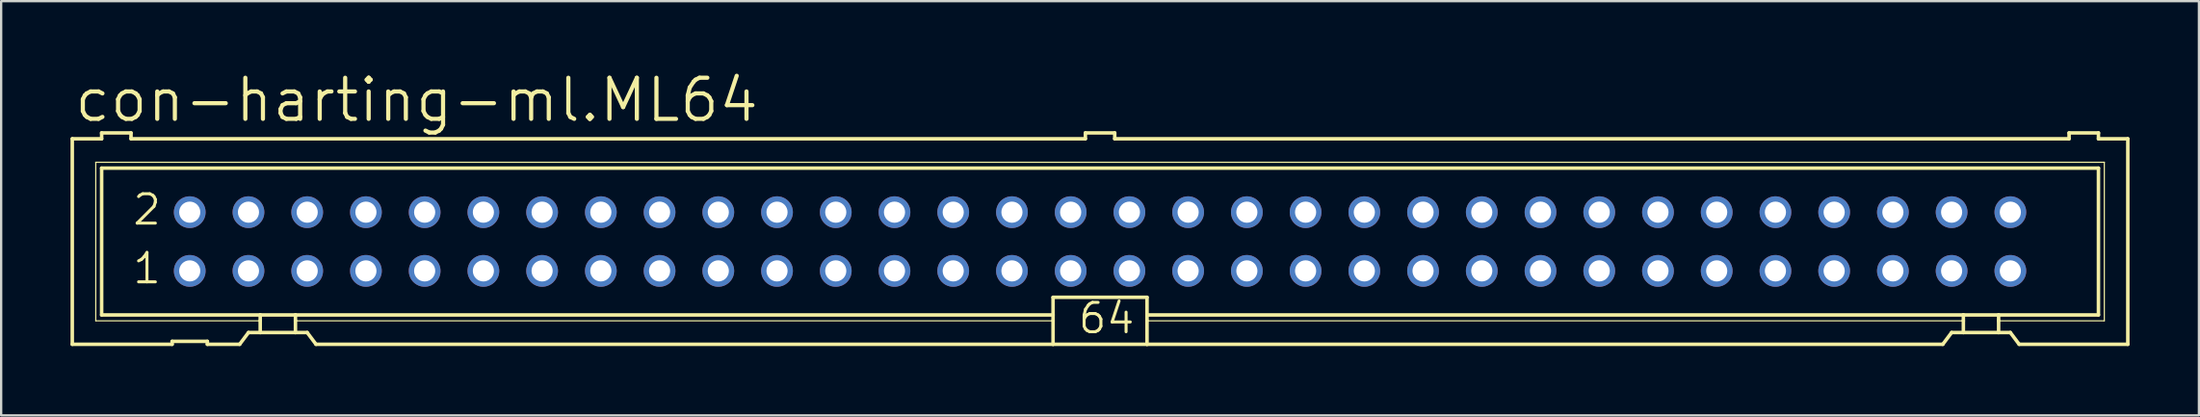
<source format=kicad_pcb>
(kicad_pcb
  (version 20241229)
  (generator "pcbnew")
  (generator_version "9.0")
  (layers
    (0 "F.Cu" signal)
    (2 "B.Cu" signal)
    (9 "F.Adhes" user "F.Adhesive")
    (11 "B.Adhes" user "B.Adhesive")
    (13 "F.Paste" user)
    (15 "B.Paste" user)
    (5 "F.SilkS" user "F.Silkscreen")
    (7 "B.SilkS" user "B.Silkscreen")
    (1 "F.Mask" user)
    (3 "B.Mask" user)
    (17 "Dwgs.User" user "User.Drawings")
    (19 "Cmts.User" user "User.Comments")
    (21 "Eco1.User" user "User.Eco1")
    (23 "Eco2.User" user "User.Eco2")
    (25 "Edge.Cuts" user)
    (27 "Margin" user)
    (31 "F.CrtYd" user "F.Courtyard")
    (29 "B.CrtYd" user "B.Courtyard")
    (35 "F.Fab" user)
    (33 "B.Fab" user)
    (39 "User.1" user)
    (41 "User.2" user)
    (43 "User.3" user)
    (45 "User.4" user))
  (footprint "con-harting-ml.ML64"
    (layer "F.Cu")
    (at 44.526 7.398)
    (property "Reference" "con-harting-ml.ML64" (at -44.45 -5.08 0) (layer "F.SilkS") (effects (font (size 1.778 1.778) (thickness 0.18)) (justify left bottom)))
    (attr through_hole)
    (fp_line (start -44.45 -4.445) (end -44.45 4.445) (stroke (width 0.152) (type default)) (layer "F.SilkS"))
    (fp_line (start -44.45 -4.445) (end -43.18 -4.445) (stroke (width 0.152) (type default)) (layer "F.SilkS"))
    (fp_line (start -44.45 4.445) (end -40.132 4.445) (stroke (width 0.152) (type default)) (layer "F.SilkS"))
    (fp_line (start -43.434 -3.429) (end -43.434 3.429) (stroke (width 0.051) (type default)) (layer "F.SilkS"))
    (fp_line (start -43.434 3.429) (end -36.322 3.429) (stroke (width 0.051) (type default)) (layer "F.SilkS"))
    (fp_line (start -43.18 -4.699) (end -43.18 -4.445) (stroke (width 0.152) (type default)) (layer "F.SilkS"))
    (fp_line (start -43.18 -3.175) (end -43.18 3.175) (stroke (width 0.152) (type default)) (layer "F.SilkS"))
    (fp_line (start -43.18 -3.175) (end 43.18 -3.175) (stroke (width 0.152) (type default)) (layer "F.SilkS"))
    (fp_line (start -41.91 -4.699) (end -43.18 -4.699) (stroke (width 0.152) (type default)) (layer "F.SilkS"))
    (fp_line (start -41.91 -4.699) (end -41.91 -4.445) (stroke (width 0.152) (type default)) (layer "F.SilkS"))
    (fp_line (start -41.91 -4.445) (end -0.635 -4.445) (stroke (width 0.152) (type default)) (layer "F.SilkS"))
    (fp_line (start -40.132 4.318) (end -40.132 4.445) (stroke (width 0.152) (type default)) (layer "F.SilkS"))
    (fp_line (start -40.132 4.318) (end -38.608 4.318) (stroke (width 0.152) (type default)) (layer "F.SilkS"))
    (fp_line (start -38.608 4.445) (end -38.608 4.318) (stroke (width 0.152) (type default)) (layer "F.SilkS"))
    (fp_line (start -38.608 4.445) (end -37.211 4.445) (stroke (width 0.152) (type default)) (layer "F.SilkS"))
    (fp_line (start -37.211 4.445) (end -36.83 3.937) (stroke (width 0.152) (type default)) (layer "F.SilkS"))
    (fp_line (start -36.322 3.175) (end -43.18 3.175) (stroke (width 0.152) (type default)) (layer "F.SilkS"))
    (fp_line (start -36.322 3.175) (end -36.322 3.429) (stroke (width 0.152) (type default)) (layer "F.SilkS"))
    (fp_line (start -36.322 3.429) (end -36.322 3.937) (stroke (width 0.152) (type default)) (layer "F.SilkS"))
    (fp_line (start -36.322 3.937) (end -36.83 3.937) (stroke (width 0.152) (type default)) (layer "F.SilkS"))
    (fp_line (start -34.798 3.175) (end -36.322 3.175) (stroke (width 0.152) (type default)) (layer "F.SilkS"))
    (fp_line (start -34.798 3.175) (end -34.798 3.429) (stroke (width 0.152) (type default)) (layer "F.SilkS"))
    (fp_line (start -34.798 3.429) (end -34.798 3.937) (stroke (width 0.152) (type default)) (layer "F.SilkS"))
    (fp_line (start -34.798 3.429) (end -2.032 3.429) (stroke (width 0.051) (type default)) (layer "F.SilkS"))
    (fp_line (start -34.798 3.937) (end -36.322 3.937) (stroke (width 0.152) (type default)) (layer "F.SilkS"))
    (fp_line (start -34.29 3.937) (end -34.798 3.937) (stroke (width 0.152) (type default)) (layer "F.SilkS"))
    (fp_line (start -34.29 3.937) (end -33.909 4.445) (stroke (width 0.152) (type default)) (layer "F.SilkS"))
    (fp_line (start -33.909 4.445) (end -2.032 4.445) (stroke (width 0.152) (type default)) (layer "F.SilkS"))
    (fp_line (start -2.032 3.175) (end -34.798 3.175) (stroke (width 0.152) (type default)) (layer "F.SilkS"))
    (fp_line (start -2.032 3.175) (end -2.032 2.413) (stroke (width 0.152) (type default)) (layer "F.SilkS"))
    (fp_line (start -2.032 3.175) (end -2.032 3.429) (stroke (width 0.152) (type default)) (layer "F.SilkS"))
    (fp_line (start -2.032 3.429) (end -2.032 4.445) (stroke (width 0.152) (type default)) (layer "F.SilkS"))
    (fp_line (start -0.635 -4.699) (end -0.635 -4.445) (stroke (width 0.152) (type default)) (layer "F.SilkS"))
    (fp_line (start 0.635 -4.699) (end -0.635 -4.699) (stroke (width 0.152) (type default)) (layer "F.SilkS"))
    (fp_line (start 0.635 -4.699) (end 0.635 -4.445) (stroke (width 0.152) (type default)) (layer "F.SilkS"))
    (fp_line (start 0.635 -4.445) (end 41.91 -4.445) (stroke (width 0.152) (type default)) (layer "F.SilkS"))
    (fp_line (start 2.032 2.413) (end -2.032 2.413) (stroke (width 0.152) (type default)) (layer "F.SilkS"))
    (fp_line (start 2.032 2.413) (end 2.032 3.175) (stroke (width 0.152) (type default)) (layer "F.SilkS"))
    (fp_line (start 2.032 3.175) (end 2.032 3.429) (stroke (width 0.152) (type default)) (layer "F.SilkS"))
    (fp_line (start 2.032 3.429) (end 2.032 4.445) (stroke (width 0.152) (type default)) (layer "F.SilkS"))
    (fp_line (start 2.032 4.445) (end -2.032 4.445) (stroke (width 0.152) (type default)) (layer "F.SilkS"))
    (fp_line (start 36.449 4.445) (end 2.032 4.445) (stroke (width 0.152) (type default)) (layer "F.SilkS"))
    (fp_line (start 36.449 4.445) (end 36.83 3.937) (stroke (width 0.152) (type default)) (layer "F.SilkS"))
    (fp_line (start 37.338 3.175) (end 2.032 3.175) (stroke (width 0.152) (type default)) (layer "F.SilkS"))
    (fp_line (start 37.338 3.175) (end 37.338 3.429) (stroke (width 0.152) (type default)) (layer "F.SilkS"))
    (fp_line (start 37.338 3.429) (end 2.032 3.429) (stroke (width 0.051) (type default)) (layer "F.SilkS"))
    (fp_line (start 37.338 3.429) (end 37.338 3.937) (stroke (width 0.152) (type default)) (layer "F.SilkS"))
    (fp_line (start 37.338 3.937) (end 36.83 3.937) (stroke (width 0.152) (type default)) (layer "F.SilkS"))
    (fp_line (start 38.862 3.175) (end 37.338 3.175) (stroke (width 0.152) (type default)) (layer "F.SilkS"))
    (fp_line (start 38.862 3.175) (end 38.862 3.429) (stroke (width 0.152) (type default)) (layer "F.SilkS"))
    (fp_line (start 38.862 3.429) (end 38.862 3.937) (stroke (width 0.152) (type default)) (layer "F.SilkS"))
    (fp_line (start 38.862 3.429) (end 43.434 3.429) (stroke (width 0.051) (type default)) (layer "F.SilkS"))
    (fp_line (start 38.862 3.937) (end 37.338 3.937) (stroke (width 0.152) (type default)) (layer "F.SilkS"))
    (fp_line (start 39.37 3.937) (end 38.862 3.937) (stroke (width 0.152) (type default)) (layer "F.SilkS"))
    (fp_line (start 39.37 3.937) (end 39.751 4.445) (stroke (width 0.152) (type default)) (layer "F.SilkS"))
    (fp_line (start 41.91 -4.445) (end 41.91 -4.699) (stroke (width 0.152) (type default)) (layer "F.SilkS"))
    (fp_line (start 43.18 -4.699) (end 41.91 -4.699) (stroke (width 0.152) (type default)) (layer "F.SilkS"))
    (fp_line (start 43.18 -4.445) (end 43.18 -4.699) (stroke (width 0.152) (type default)) (layer "F.SilkS"))
    (fp_line (start 43.18 -4.445) (end 44.45 -4.445) (stroke (width 0.152) (type default)) (layer "F.SilkS"))
    (fp_line (start 43.18 3.175) (end 38.862 3.175) (stroke (width 0.152) (type default)) (layer "F.SilkS"))
    (fp_line (start 43.18 3.175) (end 43.18 -3.175) (stroke (width 0.152) (type default)) (layer "F.SilkS"))
    (fp_line (start 43.434 -3.429) (end -43.434 -3.429) (stroke (width 0.051) (type default)) (layer "F.SilkS"))
    (fp_line (start 43.434 3.429) (end 43.434 -3.429) (stroke (width 0.051) (type default)) (layer "F.SilkS"))
    (fp_line (start 44.45 4.445) (end 39.751 4.445) (stroke (width 0.152) (type default)) (layer "F.SilkS"))
    (fp_line (start 44.45 4.445) (end 44.45 -4.445) (stroke (width 0.152) (type default)) (layer "F.SilkS"))
    (fp_rect (start -39.624 -1.016) (end -39.116 -1.524) (stroke (width 0.05) (type default)) (fill no) (layer "F.Fab"))
    (fp_rect (start -39.624 1.524) (end -39.116 1.016) (stroke (width 0.05) (type default)) (fill no) (layer "F.Fab"))
    (fp_rect (start -37.084 -1.016) (end -36.576 -1.524) (stroke (width 0.05) (type default)) (fill no) (layer "F.Fab"))
    (fp_rect (start -37.084 1.524) (end -36.576 1.016) (stroke (width 0.05) (type default)) (fill no) (layer "F.Fab"))
    (fp_rect (start -34.544 -1.016) (end -34.036 -1.524) (stroke (width 0.05) (type default)) (fill no) (layer "F.Fab"))
    (fp_rect (start -34.544 1.524) (end -34.036 1.016) (stroke (width 0.05) (type default)) (fill no) (layer "F.Fab"))
    (fp_rect (start -32.004 -1.016) (end -31.496 -1.524) (stroke (width 0.05) (type default)) (fill no) (layer "F.Fab"))
    (fp_rect (start -32.004 1.524) (end -31.496 1.016) (stroke (width 0.05) (type default)) (fill no) (layer "F.Fab"))
    (fp_rect (start -29.464 -1.016) (end -28.956 -1.524) (stroke (width 0.05) (type default)) (fill no) (layer "F.Fab"))
    (fp_rect (start -29.464 1.524) (end -28.956 1.016) (stroke (width 0.05) (type default)) (fill no) (layer "F.Fab"))
    (fp_rect (start -26.924 -1.016) (end -26.416 -1.524) (stroke (width 0.05) (type default)) (fill no) (layer "F.Fab"))
    (fp_rect (start -26.924 1.524) (end -26.416 1.016) (stroke (width 0.05) (type default)) (fill no) (layer "F.Fab"))
    (fp_rect (start -24.384 -1.016) (end -23.876 -1.524) (stroke (width 0.05) (type default)) (fill no) (layer "F.Fab"))
    (fp_rect (start -24.384 1.524) (end -23.876 1.016) (stroke (width 0.05) (type default)) (fill no) (layer "F.Fab"))
    (fp_rect (start -21.844 -1.016) (end -21.336 -1.524) (stroke (width 0.05) (type default)) (fill no) (layer "F.Fab"))
    (fp_rect (start -21.844 1.524) (end -21.336 1.016) (stroke (width 0.05) (type default)) (fill no) (layer "F.Fab"))
    (fp_rect (start -19.304 -1.016) (end -18.796 -1.524) (stroke (width 0.05) (type default)) (fill no) (layer "F.Fab"))
    (fp_rect (start -19.304 1.524) (end -18.796 1.016) (stroke (width 0.05) (type default)) (fill no) (layer "F.Fab"))
    (fp_rect (start -16.764 -1.016) (end -16.256 -1.524) (stroke (width 0.05) (type default)) (fill no) (layer "F.Fab"))
    (fp_rect (start -16.764 1.524) (end -16.256 1.016) (stroke (width 0.05) (type default)) (fill no) (layer "F.Fab"))
    (fp_rect (start -14.224 -1.016) (end -13.716 -1.524) (stroke (width 0.05) (type default)) (fill no) (layer "F.Fab"))
    (fp_rect (start -14.224 1.524) (end -13.716 1.016) (stroke (width 0.05) (type default)) (fill no) (layer "F.Fab"))
    (fp_rect (start -11.684 -1.016) (end -11.176 -1.524) (stroke (width 0.05) (type default)) (fill no) (layer "F.Fab"))
    (fp_rect (start -11.684 1.524) (end -11.176 1.016) (stroke (width 0.05) (type default)) (fill no) (layer "F.Fab"))
    (fp_rect (start -9.144 -1.016) (end -8.636 -1.524) (stroke (width 0.05) (type default)) (fill no) (layer "F.Fab"))
    (fp_rect (start -9.144 1.524) (end -8.636 1.016) (stroke (width 0.05) (type default)) (fill no) (layer "F.Fab"))
    (fp_rect (start -6.604 -1.016) (end -6.096 -1.524) (stroke (width 0.05) (type default)) (fill no) (layer "F.Fab"))
    (fp_rect (start -6.604 1.524) (end -6.096 1.016) (stroke (width 0.05) (type default)) (fill no) (layer "F.Fab"))
    (fp_rect (start -4.064 -1.016) (end -3.556 -1.524) (stroke (width 0.05) (type default)) (fill no) (layer "F.Fab"))
    (fp_rect (start -4.064 1.524) (end -3.556 1.016) (stroke (width 0.05) (type default)) (fill no) (layer "F.Fab"))
    (fp_rect (start -1.524 -1.016) (end -1.016 -1.524) (stroke (width 0.05) (type default)) (fill no) (layer "F.Fab"))
    (fp_rect (start -1.524 1.524) (end -1.016 1.016) (stroke (width 0.05) (type default)) (fill no) (layer "F.Fab"))
    (fp_rect (start 1.016 -1.016) (end 1.524 -1.524) (stroke (width 0.05) (type default)) (fill no) (layer "F.Fab"))
    (fp_rect (start 1.016 1.524) (end 1.524 1.016) (stroke (width 0.05) (type default)) (fill no) (layer "F.Fab"))
    (fp_rect (start 3.556 -1.016) (end 4.064 -1.524) (stroke (width 0.05) (type default)) (fill no) (layer "F.Fab"))
    (fp_rect (start 3.556 1.524) (end 4.064 1.016) (stroke (width 0.05) (type default)) (fill no) (layer "F.Fab"))
    (fp_rect (start 6.096 -1.016) (end 6.604 -1.524) (stroke (width 0.05) (type default)) (fill no) (layer "F.Fab"))
    (fp_rect (start 6.096 1.524) (end 6.604 1.016) (stroke (width 0.05) (type default)) (fill no) (layer "F.Fab"))
    (fp_rect (start 8.636 -1.016) (end 9.144 -1.524) (stroke (width 0.05) (type default)) (fill no) (layer "F.Fab"))
    (fp_rect (start 8.636 1.524) (end 9.144 1.016) (stroke (width 0.05) (type default)) (fill no) (layer "F.Fab"))
    (fp_rect (start 11.176 -1.016) (end 11.684 -1.524) (stroke (width 0.05) (type default)) (fill no) (layer "F.Fab"))
    (fp_rect (start 11.176 1.524) (end 11.684 1.016) (stroke (width 0.05) (type default)) (fill no) (layer "F.Fab"))
    (fp_rect (start 13.716 -1.016) (end 14.224 -1.524) (stroke (width 0.05) (type default)) (fill no) (layer "F.Fab"))
    (fp_rect (start 13.716 1.524) (end 14.224 1.016) (stroke (width 0.05) (type default)) (fill no) (layer "F.Fab"))
    (fp_rect (start 16.256 -1.016) (end 16.764 -1.524) (stroke (width 0.05) (type default)) (fill no) (layer "F.Fab"))
    (fp_rect (start 16.256 1.524) (end 16.764 1.016) (stroke (width 0.05) (type default)) (fill no) (layer "F.Fab"))
    (fp_rect (start 18.796 -1.016) (end 19.304 -1.524) (stroke (width 0.05) (type default)) (fill no) (layer "F.Fab"))
    (fp_rect (start 18.796 1.524) (end 19.304 1.016) (stroke (width 0.05) (type default)) (fill no) (layer "F.Fab"))
    (fp_rect (start 21.336 -1.016) (end 21.844 -1.524) (stroke (width 0.05) (type default)) (fill no) (layer "F.Fab"))
    (fp_rect (start 21.336 1.524) (end 21.844 1.016) (stroke (width 0.05) (type default)) (fill no) (layer "F.Fab"))
    (fp_rect (start 23.876 -1.016) (end 24.384 -1.524) (stroke (width 0.05) (type default)) (fill no) (layer "F.Fab"))
    (fp_rect (start 23.876 1.524) (end 24.384 1.016) (stroke (width 0.05) (type default)) (fill no) (layer "F.Fab"))
    (fp_rect (start 26.416 -1.016) (end 26.924 -1.524) (stroke (width 0.05) (type default)) (fill no) (layer "F.Fab"))
    (fp_rect (start 26.416 1.524) (end 26.924 1.016) (stroke (width 0.05) (type default)) (fill no) (layer "F.Fab"))
    (fp_rect (start 28.956 -1.016) (end 29.464 -1.524) (stroke (width 0.05) (type default)) (fill no) (layer "F.Fab"))
    (fp_rect (start 28.956 1.524) (end 29.464 1.016) (stroke (width 0.05) (type default)) (fill no) (layer "F.Fab"))
    (fp_rect (start 31.496 -1.016) (end 32.004 -1.524) (stroke (width 0.05) (type default)) (fill no) (layer "F.Fab"))
    (fp_rect (start 31.496 1.524) (end 32.004 1.016) (stroke (width 0.05) (type default)) (fill no) (layer "F.Fab"))
    (fp_rect (start 34.036 -1.016) (end 34.544 -1.524) (stroke (width 0.05) (type default)) (fill no) (layer "F.Fab"))
    (fp_rect (start 34.036 1.524) (end 34.544 1.016) (stroke (width 0.05) (type default)) (fill no) (layer "F.Fab"))
    (fp_rect (start 36.576 -1.016) (end 37.084 -1.524) (stroke (width 0.05) (type default)) (fill no) (layer "F.Fab"))
    (fp_rect (start 36.576 1.524) (end 37.084 1.016) (stroke (width 0.05) (type default)) (fill no) (layer "F.Fab"))
    (fp_rect (start 39.116 -1.016) (end 39.624 -1.524) (stroke (width 0.05) (type default)) (fill no) (layer "F.Fab"))
    (fp_rect (start 39.116 1.524) (end 39.624 1.016) (stroke (width 0.05) (type default)) (fill no) (layer "F.Fab"))
    (fp_text user "1" (at -41.91 1.905 0) (layer "F.SilkS") (effects (font (size 1.27 1.27) (thickness 0.13)) (justify left bottom)))
    (fp_text user "64" (at -1.016 4.064 0) (layer "F.SilkS") (effects (font (size 1.27 1.27) (thickness 0.13)) (justify left bottom)))
    (fp_text user "2" (at -41.91 -0.635 0) (layer "F.SilkS") (effects (font (size 1.27 1.27) (thickness 0.13)) (justify left bottom)))
    (pad "1" thru_hole circle (at -39.37 1.27) (size 1.372 1.372) (drill 0.914) (layers "*.Cu" "*.Mask"))
    (pad "2" thru_hole circle (at -39.37 -1.27) (size 1.372 1.372) (drill 0.914) (layers "*.Cu" "*.Mask"))
    (pad "3" thru_hole circle (at -36.83 1.27) (size 1.372 1.372) (drill 0.914) (layers "*.Cu" "*.Mask"))
    (pad "4" thru_hole circle (at -36.83 -1.27) (size 1.372 1.372) (drill 0.914) (layers "*.Cu" "*.Mask"))
    (pad "5" thru_hole circle (at -34.29 1.27) (size 1.372 1.372) (drill 0.914) (layers "*.Cu" "*.Mask"))
    (pad "6" thru_hole circle (at -34.29 -1.27) (size 1.372 1.372) (drill 0.914) (layers "*.Cu" "*.Mask"))
    (pad "7" thru_hole circle (at -31.75 1.27) (size 1.372 1.372) (drill 0.914) (layers "*.Cu" "*.Mask"))
    (pad "8" thru_hole circle (at -31.75 -1.27) (size 1.372 1.372) (drill 0.914) (layers "*.Cu" "*.Mask"))
    (pad "9" thru_hole circle (at -29.21 1.27) (size 1.372 1.372) (drill 0.914) (layers "*.Cu" "*.Mask"))
    (pad "10" thru_hole circle (at -29.21 -1.27) (size 1.372 1.372) (drill 0.914) (layers "*.Cu" "*.Mask"))
    (pad "11" thru_hole circle (at -26.67 1.27) (size 1.372 1.372) (drill 0.914) (layers "*.Cu" "*.Mask"))
    (pad "12" thru_hole circle (at -26.67 -1.27) (size 1.372 1.372) (drill 0.914) (layers "*.Cu" "*.Mask"))
    (pad "13" thru_hole circle (at -24.13 1.27) (size 1.372 1.372) (drill 0.914) (layers "*.Cu" "*.Mask"))
    (pad "14" thru_hole circle (at -24.13 -1.27) (size 1.372 1.372) (drill 0.914) (layers "*.Cu" "*.Mask"))
    (pad "15" thru_hole circle (at -21.59 1.27) (size 1.372 1.372) (drill 0.914) (layers "*.Cu" "*.Mask"))
    (pad "16" thru_hole circle (at -21.59 -1.27) (size 1.372 1.372) (drill 0.914) (layers "*.Cu" "*.Mask"))
    (pad "17" thru_hole circle (at -19.05 1.27) (size 1.372 1.372) (drill 0.914) (layers "*.Cu" "*.Mask"))
    (pad "18" thru_hole circle (at -19.05 -1.27) (size 1.372 1.372) (drill 0.914) (layers "*.Cu" "*.Mask"))
    (pad "19" thru_hole circle (at -16.51 1.27) (size 1.372 1.372) (drill 0.914) (layers "*.Cu" "*.Mask"))
    (pad "20" thru_hole circle (at -16.51 -1.27) (size 1.372 1.372) (drill 0.914) (layers "*.Cu" "*.Mask"))
    (pad "21" thru_hole circle (at -13.97 1.27) (size 1.372 1.372) (drill 0.914) (layers "*.Cu" "*.Mask"))
    (pad "22" thru_hole circle (at -13.97 -1.27) (size 1.372 1.372) (drill 0.914) (layers "*.Cu" "*.Mask"))
    (pad "23" thru_hole circle (at -11.43 1.27) (size 1.372 1.372) (drill 0.914) (layers "*.Cu" "*.Mask"))
    (pad "24" thru_hole circle (at -11.43 -1.27) (size 1.372 1.372) (drill 0.914) (layers "*.Cu" "*.Mask"))
    (pad "25" thru_hole circle (at -8.89 1.27) (size 1.372 1.372) (drill 0.914) (layers "*.Cu" "*.Mask"))
    (pad "26" thru_hole circle (at -8.89 -1.27) (size 1.372 1.372) (drill 0.914) (layers "*.Cu" "*.Mask"))
    (pad "27" thru_hole circle (at -6.35 1.27) (size 1.372 1.372) (drill 0.914) (layers "*.Cu" "*.Mask"))
    (pad "28" thru_hole circle (at -6.35 -1.27) (size 1.372 1.372) (drill 0.914) (layers "*.Cu" "*.Mask"))
    (pad "29" thru_hole circle (at -3.81 1.27) (size 1.372 1.372) (drill 0.914) (layers "*.Cu" "*.Mask"))
    (pad "30" thru_hole circle (at -3.81 -1.27) (size 1.372 1.372) (drill 0.914) (layers "*.Cu" "*.Mask"))
    (pad "31" thru_hole circle (at -1.27 1.27) (size 1.372 1.372) (drill 0.914) (layers "*.Cu" "*.Mask"))
    (pad "32" thru_hole circle (at -1.27 -1.27) (size 1.372 1.372) (drill 0.914) (layers "*.Cu" "*.Mask"))
    (pad "33" thru_hole circle (at 1.27 1.27) (size 1.372 1.372) (drill 0.914) (layers "*.Cu" "*.Mask"))
    (pad "34" thru_hole circle (at 1.27 -1.27) (size 1.372 1.372) (drill 0.914) (layers "*.Cu" "*.Mask"))
    (pad "35" thru_hole circle (at 3.81 1.27) (size 1.372 1.372) (drill 0.914) (layers "*.Cu" "*.Mask"))
    (pad "36" thru_hole circle (at 3.81 -1.27) (size 1.372 1.372) (drill 0.914) (layers "*.Cu" "*.Mask"))
    (pad "37" thru_hole circle (at 6.35 1.27) (size 1.372 1.372) (drill 0.914) (layers "*.Cu" "*.Mask"))
    (pad "38" thru_hole circle (at 6.35 -1.27) (size 1.372 1.372) (drill 0.914) (layers "*.Cu" "*.Mask"))
    (pad "39" thru_hole circle (at 8.89 1.27) (size 1.372 1.372) (drill 0.914) (layers "*.Cu" "*.Mask"))
    (pad "40" thru_hole circle (at 8.89 -1.27) (size 1.372 1.372) (drill 0.914) (layers "*.Cu" "*.Mask"))
    (pad "41" thru_hole circle (at 11.43 1.27) (size 1.372 1.372) (drill 0.914) (layers "*.Cu" "*.Mask"))
    (pad "42" thru_hole circle (at 11.43 -1.27) (size 1.372 1.372) (drill 0.914) (layers "*.Cu" "*.Mask"))
    (pad "43" thru_hole circle (at 13.97 1.27) (size 1.372 1.372) (drill 0.914) (layers "*.Cu" "*.Mask"))
    (pad "44" thru_hole circle (at 13.97 -1.27) (size 1.372 1.372) (drill 0.914) (layers "*.Cu" "*.Mask"))
    (pad "45" thru_hole circle (at 16.51 1.27) (size 1.372 1.372) (drill 0.914) (layers "*.Cu" "*.Mask"))
    (pad "46" thru_hole circle (at 16.51 -1.27) (size 1.372 1.372) (drill 0.914) (layers "*.Cu" "*.Mask"))
    (pad "47" thru_hole circle (at 19.05 1.27) (size 1.372 1.372) (drill 0.914) (layers "*.Cu" "*.Mask"))
    (pad "48" thru_hole circle (at 19.05 -1.27) (size 1.372 1.372) (drill 0.914) (layers "*.Cu" "*.Mask"))
    (pad "49" thru_hole circle (at 21.59 1.27) (size 1.372 1.372) (drill 0.914) (layers "*.Cu" "*.Mask"))
    (pad "50" thru_hole circle (at 21.59 -1.27) (size 1.372 1.372) (drill 0.914) (layers "*.Cu" "*.Mask"))
    (pad "51" thru_hole circle (at 24.13 1.27) (size 1.372 1.372) (drill 0.914) (layers "*.Cu" "*.Mask"))
    (pad "52" thru_hole circle (at 24.13 -1.27) (size 1.372 1.372) (drill 0.914) (layers "*.Cu" "*.Mask"))
    (pad "53" thru_hole circle (at 26.67 1.27) (size 1.372 1.372) (drill 0.914) (layers "*.Cu" "*.Mask"))
    (pad "54" thru_hole circle (at 26.67 -1.27) (size 1.372 1.372) (drill 0.914) (layers "*.Cu" "*.Mask"))
    (pad "55" thru_hole circle (at 29.21 1.27) (size 1.372 1.372) (drill 0.914) (layers "*.Cu" "*.Mask"))
    (pad "56" thru_hole circle (at 29.21 -1.27) (size 1.372 1.372) (drill 0.914) (layers "*.Cu" "*.Mask"))
    (pad "57" thru_hole circle (at 31.75 1.27) (size 1.372 1.372) (drill 0.914) (layers "*.Cu" "*.Mask"))
    (pad "58" thru_hole circle (at 31.75 -1.27) (size 1.372 1.372) (drill 0.914) (layers "*.Cu" "*.Mask"))
    (pad "59" thru_hole circle (at 34.29 1.27) (size 1.372 1.372) (drill 0.914) (layers "*.Cu" "*.Mask"))
    (pad "60" thru_hole circle (at 34.29 -1.27) (size 1.372 1.372) (drill 0.914) (layers "*.Cu" "*.Mask"))
    (pad "61" thru_hole circle (at 36.83 1.27) (size 1.372 1.372) (drill 0.914) (layers "*.Cu" "*.Mask"))
    (pad "62" thru_hole circle (at 36.83 -1.27) (size 1.372 1.372) (drill 0.914) (layers "*.Cu" "*.Mask"))
    (pad "63" thru_hole circle (at 39.37 1.27) (size 1.372 1.372) (drill 0.914) (layers "*.Cu" "*.Mask"))
    (pad "64" thru_hole circle (at 39.37 -1.27) (size 1.372 1.372) (drill 0.914) (layers "*.Cu" "*.Mask")))
  (gr_rect
    (start -3 -3)
    (end 92.052 14.919)
    (stroke (width 0.1) (type default))
    (fill no)
    (layer "Edge.Cuts")))
</source>
